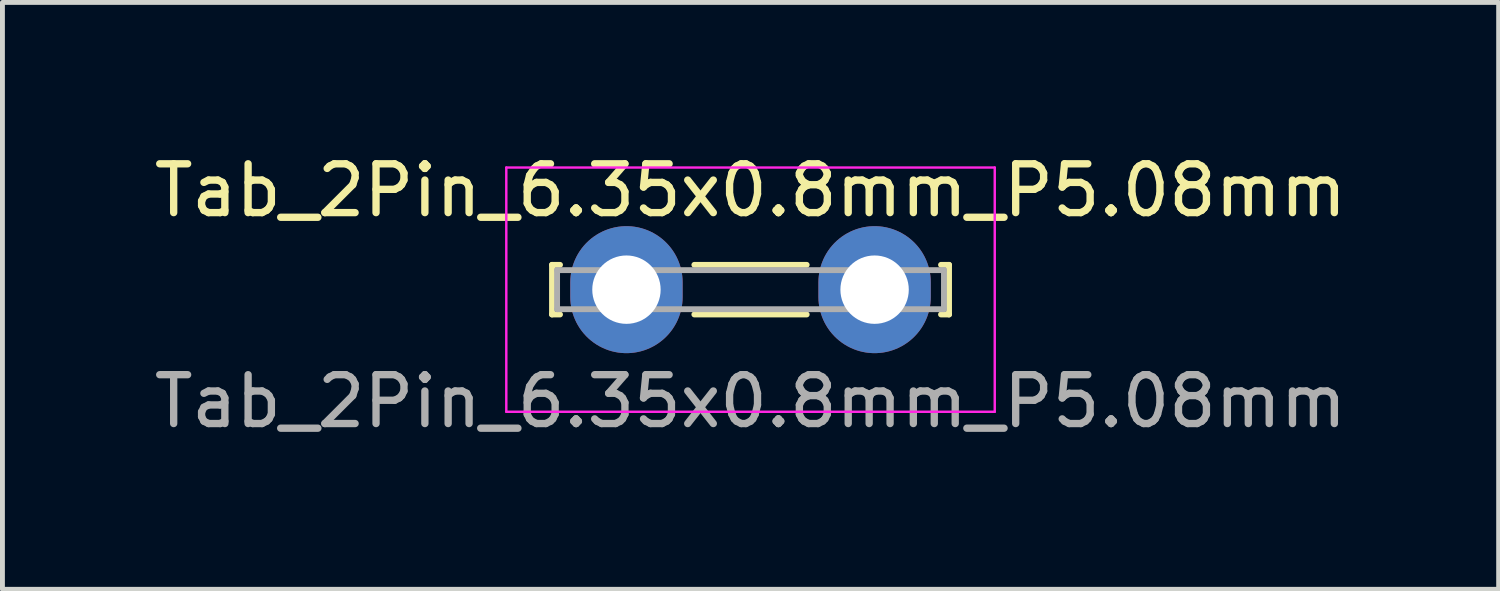
<source format=kicad_pcb>
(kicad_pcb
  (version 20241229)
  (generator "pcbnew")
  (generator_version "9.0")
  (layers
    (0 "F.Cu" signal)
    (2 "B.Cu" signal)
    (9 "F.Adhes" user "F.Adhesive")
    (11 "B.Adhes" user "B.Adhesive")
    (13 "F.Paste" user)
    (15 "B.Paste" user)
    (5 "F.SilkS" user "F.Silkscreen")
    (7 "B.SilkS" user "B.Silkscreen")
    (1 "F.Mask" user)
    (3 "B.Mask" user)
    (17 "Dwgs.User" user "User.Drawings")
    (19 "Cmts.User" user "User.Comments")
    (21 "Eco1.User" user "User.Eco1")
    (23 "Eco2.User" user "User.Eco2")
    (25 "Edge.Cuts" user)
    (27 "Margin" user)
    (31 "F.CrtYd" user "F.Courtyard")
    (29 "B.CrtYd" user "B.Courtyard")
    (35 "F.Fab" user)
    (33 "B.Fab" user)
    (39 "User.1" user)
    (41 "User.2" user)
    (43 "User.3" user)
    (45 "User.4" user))
  (footprint "Tab_2Pin_6.35x0.8mm_P5.08mm"
    (layer "F.Cu")
    (at 12.315 2.88)
    (property "Reference" "Tab_2Pin_6.35x0.8mm_P5.08mm" (at 0 -2.032 0) (layer "F.SilkS") (effects (font (size 1 1) (thickness 0.15))))
    (attr through_hole)
    (fp_line (start -4.064 -0.508) (end -4.064 0.508) (stroke (width 0.12) (type solid)) (layer "F.SilkS"))
    (fp_line (start -4.064 -0.508) (end -3.9 -0.508) (stroke (width 0.12) (type default)) (layer "F.SilkS"))
    (fp_line (start -4.064 0.508) (end -3.9 0.508) (stroke (width 0.12) (type default)) (layer "F.SilkS"))
    (fp_line (start 1.15 -0.508) (end -1.15 -0.508) (stroke (width 0.12) (type solid)) (layer "F.SilkS"))
    (fp_line (start 1.15 0.508) (end -1.15 0.508) (stroke (width 0.12) (type solid)) (layer "F.SilkS"))
    (fp_line (start 3.9 -0.508) (end 4.064 -0.508) (stroke (width 0.12) (type default)) (layer "F.SilkS"))
    (fp_line (start 3.9 0.508) (end 4.064 0.508) (stroke (width 0.12) (type default)) (layer "F.SilkS"))
    (fp_line (start 4.064 -0.508) (end 4.064 0.508) (stroke (width 0.12) (type solid)) (layer "F.SilkS"))
    (fp_line (start -5 -2.5) (end -5 2.5) (stroke (width 0.05) (type solid)) (layer "F.CrtYd"))
    (fp_line (start -5 -2.5) (end 5 -2.5) (stroke (width 0.05) (type solid)) (layer "F.CrtYd"))
    (fp_line (start 5 2.5) (end -5 2.5) (stroke (width 0.05) (type solid)) (layer "F.CrtYd"))
    (fp_line (start 5 2.5) (end 5 -2.5) (stroke (width 0.05) (type solid)) (layer "F.CrtYd"))
    (fp_line (start -3.96 -0.4) (end 3.96 -0.4) (stroke (width 0.12) (type solid)) (layer "F.Fab"))
    (fp_line (start -3.96 0.4) (end -3.96 -0.4) (stroke (width 0.12) (type solid)) (layer "F.Fab"))
    (fp_line (start -3.96 0.4) (end 3.96 0.4) (stroke (width 0.12) (type solid)) (layer "F.Fab"))
    (fp_line (start 3.96 -0.4) (end 3.96 0.4) (stroke (width 0.12) (type solid)) (layer "F.Fab"))
    (fp_text user "${REFERENCE}" (at 0 2.286 0) (layer "F.Fab") (effects (font (size 1 1) (thickness 0.15))))
    (pad "1" thru_hole oval (at -2.54 0) (size 2.3 2.6) (drill 1.4) (layers "*.Cu" "*.Mask"))
    (pad "1" thru_hole oval (at 2.54 0) (size 2.3 2.6) (drill 1.4) (layers "*.Cu" "*.Mask")))
  (gr_rect
    (start -3 -3)
    (end 27.631 9.014)
    (stroke (width 0.1) (type default))
    (fill no)
    (layer "Edge.Cuts")))
</source>
